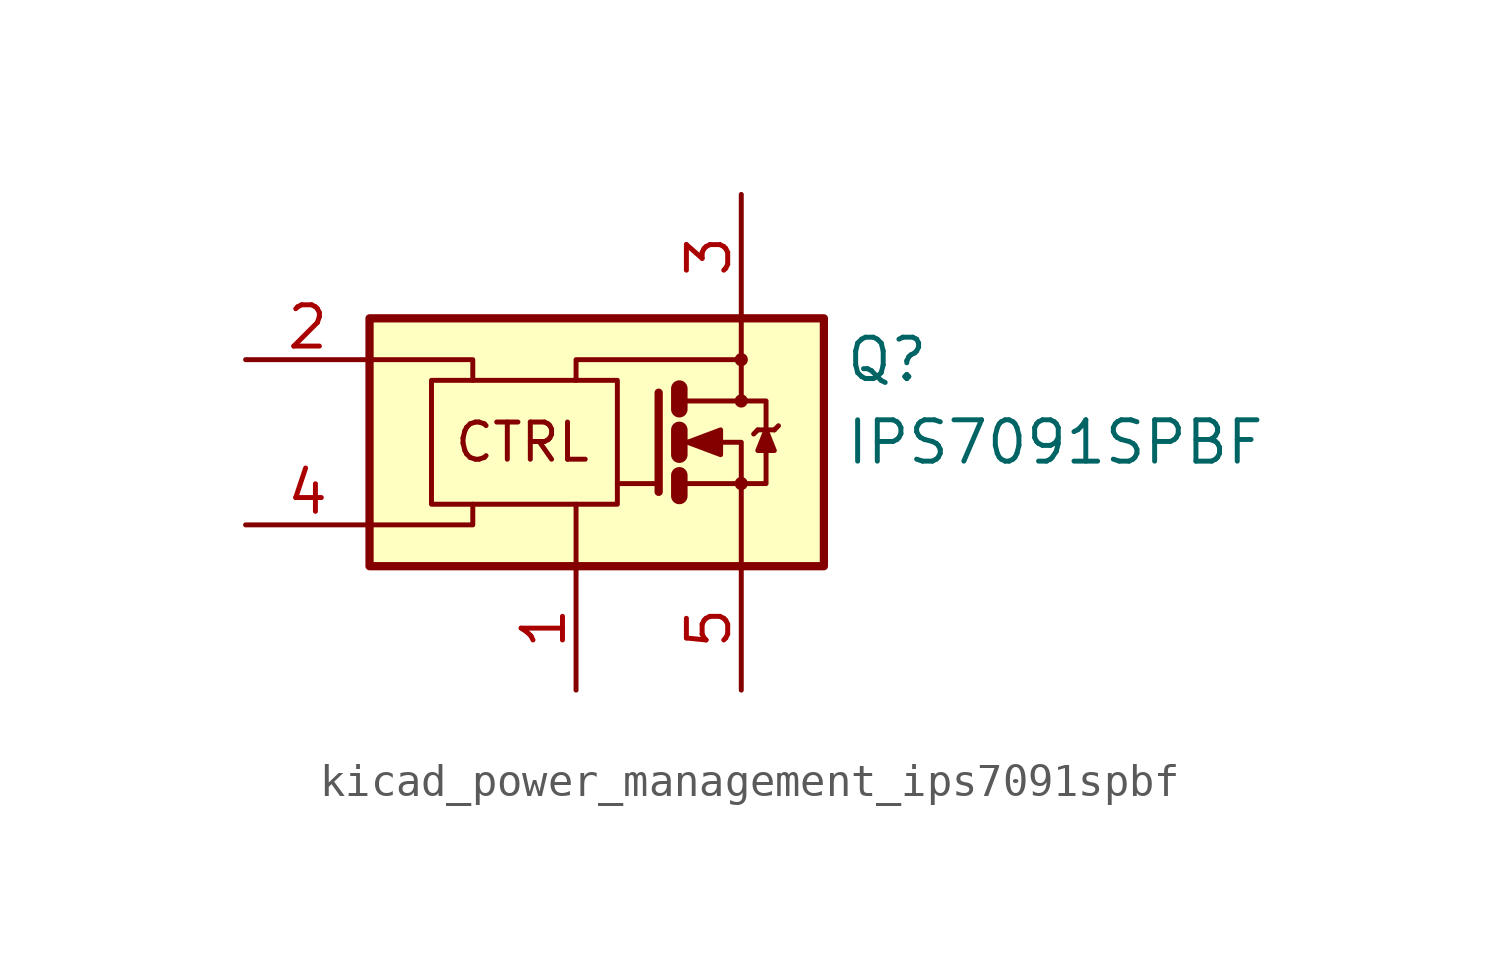
<source format=kicad_sym>
(kicad_symbol_lib
  (version 20220914)
  (generator kicad_symbol_editor)
  (symbol "kicad_power_management_ips7091spbf"
    (pin_names
      (offset 0) hide)
    (property "Reference" "Q"
      (at 8.255 2.54 0)
      (effects (font (size 1.27 1.27)) (justify left)))
    (property "Value" "IPS7091SPBF"
      (at 8.255 0 0)
      (effects (font (size 1.27 1.27)) (justify left)))
    (symbol "kicad_power_management_ips7091spbf_0_0"
      (rectangle (start -6.35 3.81) (end 7.62 -3.81) (stroke (width 0.254) (type default)) (fill (type background)))
      (polyline (pts (xy 0 -3.81) (xy 0 -1.905)) (stroke (width 0) (type default)) (fill (type none)))
      (polyline (pts (xy -6.35 -2.54) (xy -3.175 -2.54) (xy -3.175 -1.905)) (stroke (width 0) (type default)) (fill (type none)))
      (polyline (pts (xy -6.35 2.54) (xy -3.175 2.54) (xy -3.175 1.905)) (stroke (width 0) (type default)) (fill (type none)))
      (polyline (pts (xy 0 1.905) (xy 0 2.54) (xy 5.08 2.54)) (stroke (width 0) (type default)) (fill (type none)))
      (circle (center 5.08 2.54) (radius 0.127) (stroke (width 0) (type default)) (fill (type none)))
      (text "CTRL" (at -1.651 0 0) (effects (font (size 1.143 1.143)))))
    (symbol "kicad_power_management_ips7091spbf_0_1"
      (rectangle (start -4.445 1.905) (end 1.27 -1.905) (stroke (width 0) (type default)) (fill (type none)))
      (polyline (pts (xy 2.54 -1.27) (xy 1.27 -1.27)) (stroke (width 0) (type default)) (fill (type none)))
      (polyline (pts (xy 3.175 -1.016) (xy 3.175 -1.651)) (stroke (width 0.508) (type default)) (fill (type none)))
      (polyline (pts (xy 3.175 0.381) (xy 3.175 -0.381)) (stroke (width 0.508) (type default)) (fill (type none)))
      (polyline (pts (xy 3.175 1.651) (xy 3.175 1.016)) (stroke (width 0.508) (type default)) (fill (type none)))
      (polyline (pts (xy 5.08 1.27) (xy 5.08 3.81)) (stroke (width 0) (type default)) (fill (type none)))
      (polyline (pts (xy 5.588 0.381) (xy 5.461 0.254)) (stroke (width 0) (type default)) (fill (type none)))
      (polyline (pts (xy 5.588 0.381) (xy 6.096 0.381)) (stroke (width 0) (type default)) (fill (type none)))
      (polyline (pts (xy 6.096 0.381) (xy 6.223 0.508)) (stroke (width 0) (type default)) (fill (type none)))
      (polyline (pts (xy 2.54 1.524) (xy 2.54 -1.524) (xy 2.54 -1.524)) (stroke (width 0.254) (type default)) (fill (type none)))
      (polyline (pts (xy 3.302 0) (xy 5.08 0) (xy 5.08 -3.81)) (stroke (width 0) (type default)) (fill (type none)))
      (polyline (pts (xy 3.302 -1.27) (xy 5.842 -1.27) (xy 5.842 1.27) (xy 3.302 1.27)) (stroke (width 0) (type default)) (fill (type none)))
      (polyline (pts (xy 5.842 0.381) (xy 5.588 -0.254) (xy 6.096 -0.254) (xy 5.842 0.381)) (stroke (width 0) (type default)) (fill (type outline)))
      (polyline (pts (xy 3.429 0) (xy 4.445 0.381) (xy 4.445 -0.381) (xy 3.429 0) (xy 3.556 0) (xy 3.556 0)) (stroke (width 0) (type default)) (fill (type outline)))
      (circle (center 5.08 -1.27) (radius 0.127) (stroke (width 0) (type default)) (fill (type none)))
      (circle (center 5.08 1.27) (radius 0.127) (stroke (width 0) (type default)) (fill (type none))))
    (symbol "kicad_power_management_ips7091spbf_1_1"
      (pin power_in line (at 0 -7.62 90) (length 3.81) (name "GND" (effects (font (size 1.27 1.27)))) (number "1" (effects (font (size 1.27 1.27)))))
      (pin input line (at -10.16 2.54 0) (length 3.81) (name "IN" (effects (font (size 1.27 1.27)))) (number "2" (effects (font (size 1.27 1.27)))))
      (pin power_in line (at 5.08 7.62 270) (length 3.81) (name "VCC" (effects (font (size 1.27 1.27)))) (number "3" (effects (font (size 1.27 1.27)))))
      (pin bidirectional line (at -10.16 -2.54 0) (length 3.81) (name "DG" (effects (font (size 1.27 1.27)))) (number "4" (effects (font (size 1.27 1.27)))))
      (pin output line (at 5.08 -7.62 90) (length 3.81) (name "OUT" (effects (font (size 1.27 1.27)))) (number "5" (effects (font (size 1.27 1.27))))))))
</source>
